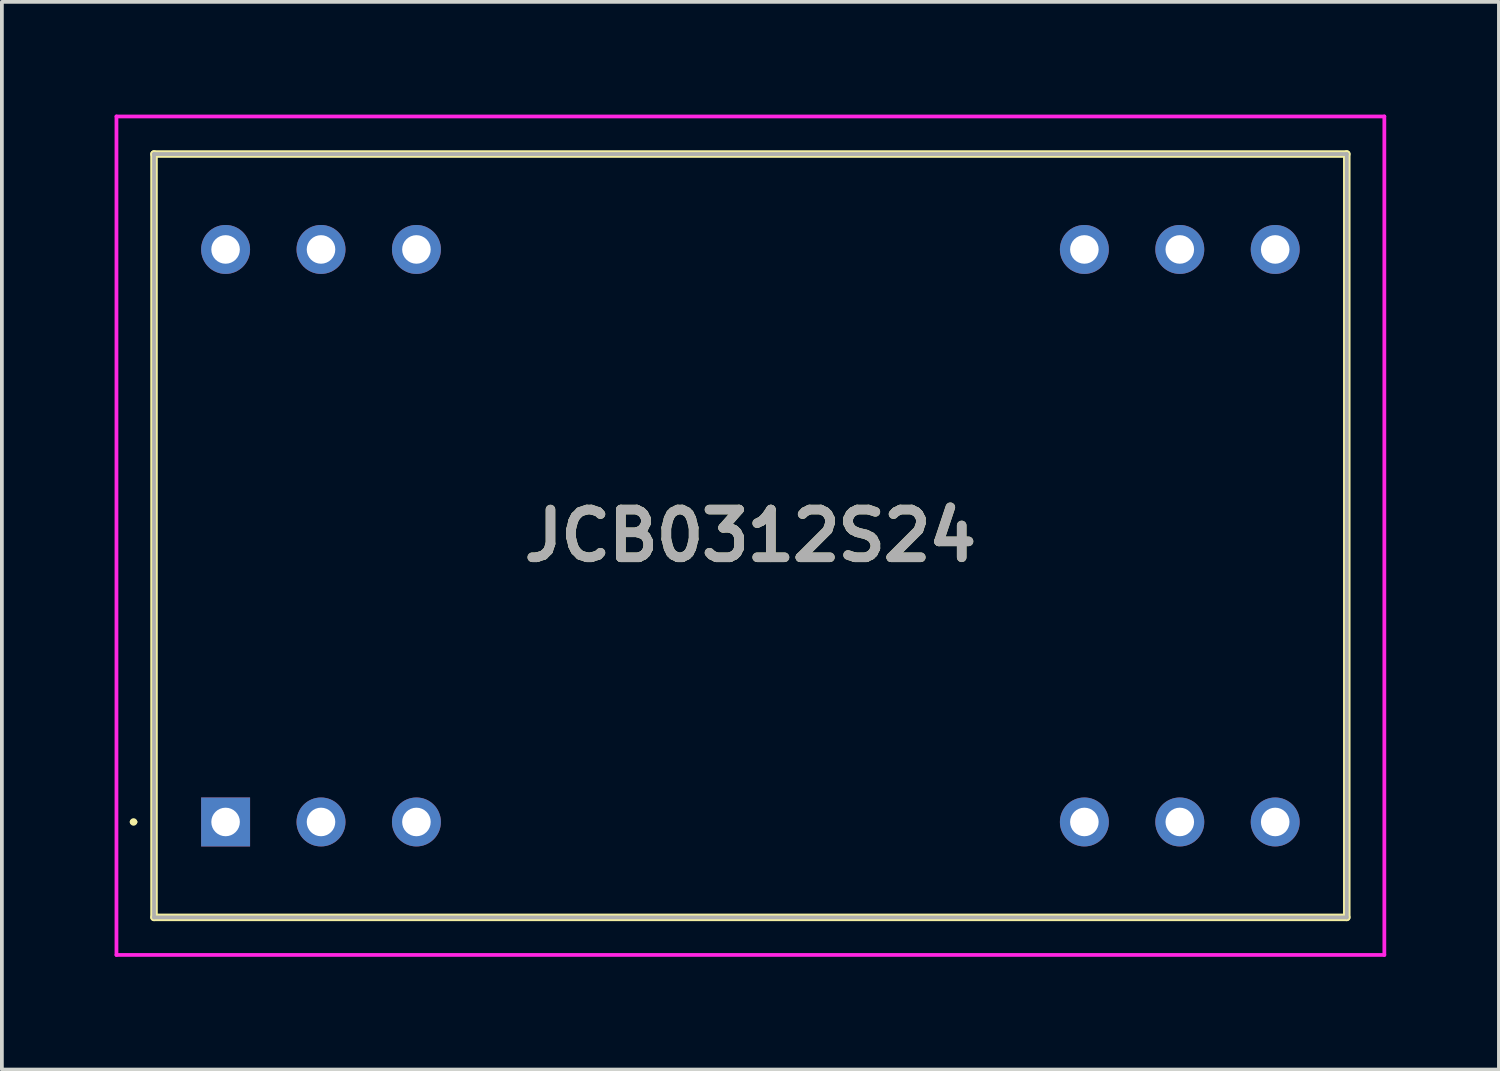
<source format=kicad_pcb>
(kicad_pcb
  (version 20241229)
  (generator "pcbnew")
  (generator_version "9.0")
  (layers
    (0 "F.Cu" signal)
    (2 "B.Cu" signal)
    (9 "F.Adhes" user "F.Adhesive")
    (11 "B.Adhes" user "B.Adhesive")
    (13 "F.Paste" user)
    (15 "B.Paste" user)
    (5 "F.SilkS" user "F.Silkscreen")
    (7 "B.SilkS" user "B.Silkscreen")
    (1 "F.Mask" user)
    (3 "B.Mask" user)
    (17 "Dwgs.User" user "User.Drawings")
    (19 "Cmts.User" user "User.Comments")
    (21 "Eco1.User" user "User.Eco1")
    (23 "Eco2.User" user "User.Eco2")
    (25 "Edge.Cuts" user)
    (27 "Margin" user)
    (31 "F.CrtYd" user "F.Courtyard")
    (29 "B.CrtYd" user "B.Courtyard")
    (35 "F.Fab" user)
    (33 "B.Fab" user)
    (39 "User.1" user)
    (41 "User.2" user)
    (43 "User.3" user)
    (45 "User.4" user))
  (footprint "JCB0312S24"
    (layer "F.Cu")
    (at 2.955 18.83)
    (property "Reference" "JCB0312S24" (at 13.97 -7.62 0) (layer "F.SilkS") (effects (font (size 1.27 1.27) (thickness 0.254))))
    (attr through_hole)
    (fp_line (start -2.5 0) (end -2.5 0) (stroke (width 0.1) (type solid)) (layer "F.SilkS"))
    (fp_line (start -2.4 0) (end -2.4 0) (stroke (width 0.1) (type solid)) (layer "F.SilkS"))
    (fp_line (start -1.905 -17.78) (end -1.905 2.54) (stroke (width 0.2) (type solid)) (layer "F.SilkS"))
    (fp_line (start -1.905 2.54) (end 29.845 2.54) (stroke (width 0.2) (type solid)) (layer "F.SilkS"))
    (fp_line (start 29.845 -17.78) (end -1.905 -17.78) (stroke (width 0.2) (type solid)) (layer "F.SilkS"))
    (fp_line (start 29.845 2.54) (end 29.845 -17.78) (stroke (width 0.2) (type solid)) (layer "F.SilkS"))
    (fp_arc (start -2.5 0) (mid -2.45 -0.05) (end -2.4 0) (stroke (width 0.1) (type solid)) (layer "F.SilkS"))
    (fp_arc (start -2.4 0) (mid -2.45 0.05) (end -2.5 0) (stroke (width 0.1) (type solid)) (layer "F.SilkS"))
    (fp_line (start -2.905 -18.78) (end -2.905 3.54) (stroke (width 0.1) (type solid)) (layer "F.CrtYd"))
    (fp_line (start -2.905 3.54) (end 30.845 3.54) (stroke (width 0.1) (type solid)) (layer "F.CrtYd"))
    (fp_line (start 30.845 -18.78) (end -2.905 -18.78) (stroke (width 0.1) (type solid)) (layer "F.CrtYd"))
    (fp_line (start 30.845 3.54) (end 30.845 -18.78) (stroke (width 0.1) (type solid)) (layer "F.CrtYd"))
    (fp_line (start -1.905 -17.78) (end -1.905 2.54) (stroke (width 0.1) (type solid)) (layer "F.Fab"))
    (fp_line (start -1.905 2.54) (end 29.845 2.54) (stroke (width 0.1) (type solid)) (layer "F.Fab"))
    (fp_line (start 29.845 -17.78) (end -1.905 -17.78) (stroke (width 0.1) (type solid)) (layer "F.Fab"))
    (fp_line (start 29.845 2.54) (end 29.845 -17.78) (stroke (width 0.1) (type solid)) (layer "F.Fab"))
    (fp_text user "${REFERENCE}" (at 13.97 -7.62 0) (layer "F.Fab") (effects (font (size 1.27 1.27) (thickness 0.254))))
    (pad "1" thru_hole rect (at 0 0) (size 1.303 1.303) (drill 0.76) (layers "*.Cu" "*.Mask"))
    (pad "2" thru_hole circle (at 2.54 0) (size 1.303 1.303) (drill 0.76) (layers "*.Cu" "*.Mask"))
    (pad "3" thru_hole circle (at 5.08 0) (size 1.303 1.303) (drill 0.76) (layers "*.Cu" "*.Mask"))
    (pad "10" thru_hole circle (at 22.86 0) (size 1.303 1.303) (drill 0.76) (layers "*.Cu" "*.Mask"))
    (pad "11" thru_hole circle (at 25.4 0) (size 1.303 1.303) (drill 0.76) (layers "*.Cu" "*.Mask"))
    (pad "12" thru_hole circle (at 27.94 0) (size 1.303 1.303) (drill 0.76) (layers "*.Cu" "*.Mask"))
    (pad "13" thru_hole circle (at 27.94 -15.24) (size 1.303 1.303) (drill 0.76) (layers "*.Cu" "*.Mask"))
    (pad "14" thru_hole circle (at 25.4 -15.24) (size 1.303 1.303) (drill 0.76) (layers "*.Cu" "*.Mask"))
    (pad "15" thru_hole circle (at 22.86 -15.24) (size 1.303 1.303) (drill 0.76) (layers "*.Cu" "*.Mask"))
    (pad "22" thru_hole circle (at 5.08 -15.24) (size 1.303 1.303) (drill 0.76) (layers "*.Cu" "*.Mask"))
    (pad "23" thru_hole circle (at 2.54 -15.24) (size 1.303 1.303) (drill 0.76) (layers "*.Cu" "*.Mask"))
    (pad "24" thru_hole circle (at 0 -15.24) (size 1.303 1.303) (drill 0.76) (layers "*.Cu" "*.Mask")))
  (gr_rect
    (start -3 -3)
    (end 36.85 25.42)
    (stroke (width 0.1) (type default))
    (fill no)
    (layer "Edge.Cuts")))
</source>
